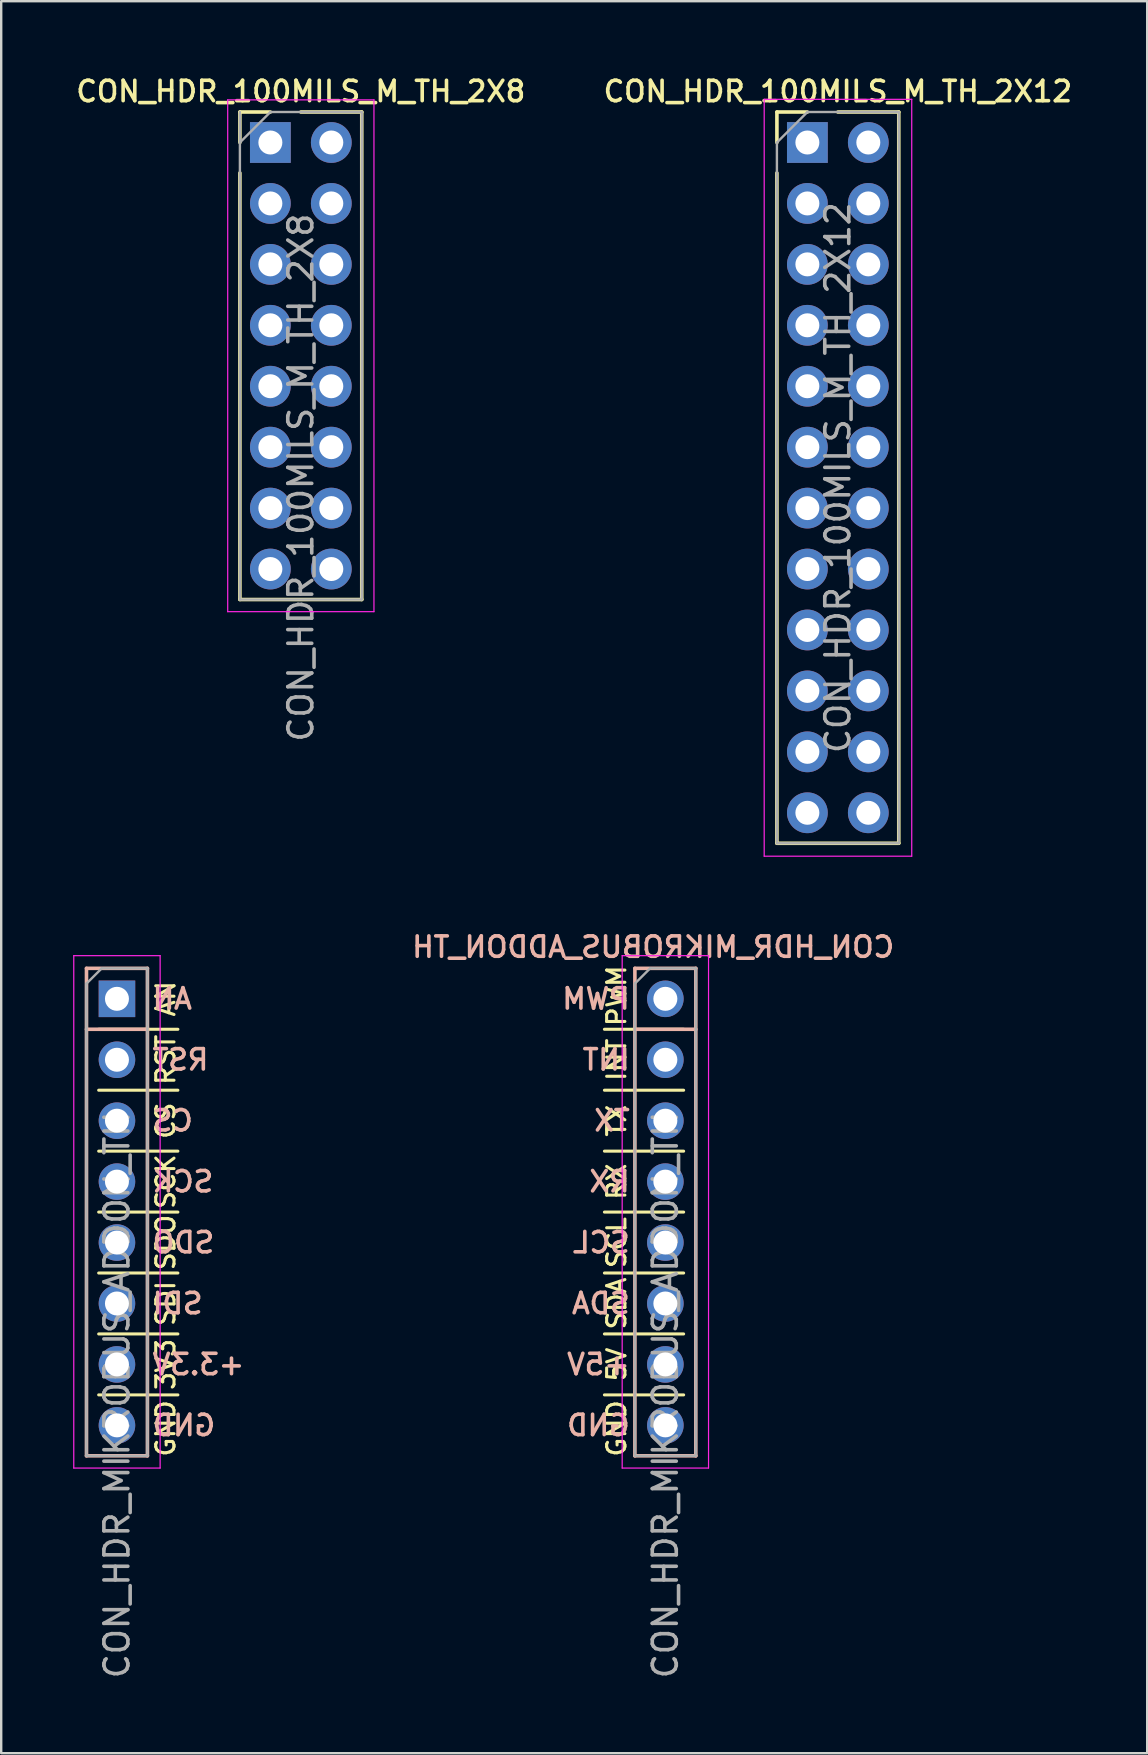
<source format=kicad_pcb>
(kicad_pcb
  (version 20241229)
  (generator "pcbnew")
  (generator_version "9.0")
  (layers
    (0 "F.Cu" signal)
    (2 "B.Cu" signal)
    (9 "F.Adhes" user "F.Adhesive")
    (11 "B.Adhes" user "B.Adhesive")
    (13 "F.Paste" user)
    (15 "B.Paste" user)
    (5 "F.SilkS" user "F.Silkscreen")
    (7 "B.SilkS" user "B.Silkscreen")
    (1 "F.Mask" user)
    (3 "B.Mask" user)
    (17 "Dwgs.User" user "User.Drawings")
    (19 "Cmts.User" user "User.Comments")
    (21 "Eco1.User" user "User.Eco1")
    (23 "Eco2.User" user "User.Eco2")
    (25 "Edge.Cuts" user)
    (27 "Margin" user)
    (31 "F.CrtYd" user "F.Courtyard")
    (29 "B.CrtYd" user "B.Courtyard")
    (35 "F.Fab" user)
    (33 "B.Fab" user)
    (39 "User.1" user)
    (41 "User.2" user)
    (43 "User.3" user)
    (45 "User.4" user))
  (footprint "CON_HDR_MIKROBUS_ADDON_TH"
    (layer "F.Cu")
    (at 13.255 47.475)
    (property "Reference" "CON_HDR_MIKROBUS_ADDON_TH" (at 10.922 -11.049 0) (layer "B.SilkS") (effects (font (size 0.85 0.85) (thickness 0.15)) (justify mirror)))
    (attr through_hole exclude_from_pos_files exclude_from_bom)
    (fp_line (start -12.192 -7.62) (end -8.89 -7.62) (stroke (width 0.127) (type solid)) (layer "F.SilkS"))
    (fp_line (start -12.192 -5.08) (end -8.89 -5.08) (stroke (width 0.127) (type solid)) (layer "F.SilkS"))
    (fp_line (start -12.192 -2.54) (end -8.89 -2.54) (stroke (width 0.127) (type solid)) (layer "F.SilkS"))
    (fp_line (start -12.192 0) (end -8.89 0) (stroke (width 0.127) (type solid)) (layer "F.SilkS"))
    (fp_line (start -12.192 2.54) (end -8.89 2.54) (stroke (width 0.127) (type solid)) (layer "F.SilkS"))
    (fp_line (start -12.192 5.08) (end -8.89 5.08) (stroke (width 0.127) (type solid)) (layer "F.SilkS"))
    (fp_line (start -12.192 7.62) (end -8.89 7.62) (stroke (width 0.127) (type solid)) (layer "F.SilkS"))
    (fp_line (start 8.89 -7.62) (end 12.192 -7.62) (stroke (width 0.127) (type solid)) (layer "F.SilkS"))
    (fp_line (start 8.89 -5.08) (end 12.192 -5.08) (stroke (width 0.127) (type solid)) (layer "F.SilkS"))
    (fp_line (start 8.89 -2.54) (end 12.192 -2.54) (stroke (width 0.127) (type solid)) (layer "F.SilkS"))
    (fp_line (start 8.89 0) (end 12.192 0) (stroke (width 0.127) (type solid)) (layer "F.SilkS"))
    (fp_line (start 8.89 2.54) (end 12.192 2.54) (stroke (width 0.127) (type solid)) (layer "F.SilkS"))
    (fp_line (start 8.89 5.08) (end 12.192 5.08) (stroke (width 0.127) (type solid)) (layer "F.SilkS"))
    (fp_line (start 8.89 7.62) (end 12.192 7.62) (stroke (width 0.127) (type solid)) (layer "F.SilkS"))
    (fp_line (start -12.7 -10.16) (end -12.7 10.16) (stroke (width 0.15) (type solid)) (layer "B.SilkS"))
    (fp_line (start -10.16 -10.16) (end -12.7 -10.16) (stroke (width 0.15) (type solid)) (layer "B.SilkS"))
    (fp_line (start -10.16 -10.16) (end -10.16 10.16) (stroke (width 0.15) (type solid)) (layer "B.SilkS"))
    (fp_line (start -10.16 -7.62) (end -12.7 -7.62) (stroke (width 0.15) (type solid)) (layer "B.SilkS"))
    (fp_line (start -10.16 10.16) (end -12.7 10.16) (stroke (width 0.15) (type solid)) (layer "B.SilkS"))
    (fp_line (start 10.16 -10.16) (end 10.16 10.16) (stroke (width 0.15) (type solid)) (layer "B.SilkS"))
    (fp_line (start 12.7 -10.16) (end 10.16 -10.16) (stroke (width 0.15) (type solid)) (layer "B.SilkS"))
    (fp_line (start 12.7 -10.16) (end 12.7 10.16) (stroke (width 0.15) (type solid)) (layer "B.SilkS"))
    (fp_line (start 12.7 -7.62) (end 10.16 -7.62) (stroke (width 0.15) (type solid)) (layer "B.SilkS"))
    (fp_line (start 12.7 10.16) (end 10.16 10.16) (stroke (width 0.15) (type solid)) (layer "B.SilkS"))
    (fp_line (start -13.23 -10.69) (end -13.23 10.67) (stroke (width 0.05) (type solid)) (layer "F.CrtYd"))
    (fp_line (start -13.23 10.67) (end -9.63 10.67) (stroke (width 0.05) (type solid)) (layer "F.CrtYd"))
    (fp_line (start -9.63 -10.69) (end -13.23 -10.69) (stroke (width 0.05) (type solid)) (layer "F.CrtYd"))
    (fp_line (start -9.63 10.67) (end -9.63 -10.69) (stroke (width 0.05) (type solid)) (layer "F.CrtYd"))
    (fp_line (start 9.63 -10.69) (end 9.63 10.67) (stroke (width 0.05) (type solid)) (layer "F.CrtYd"))
    (fp_line (start 9.63 10.67) (end 13.23 10.67) (stroke (width 0.05) (type solid)) (layer "F.CrtYd"))
    (fp_line (start 13.23 -10.69) (end 9.63 -10.69) (stroke (width 0.05) (type solid)) (layer "F.CrtYd"))
    (fp_line (start 13.23 10.67) (end 13.23 -10.69) (stroke (width 0.05) (type solid)) (layer "F.CrtYd"))
    (fp_line (start -12.7 -9.525) (end -12.065 -10.16) (stroke (width 0.1) (type solid)) (layer "F.Fab"))
    (fp_line (start -12.7 10.16) (end -12.7 -9.525) (stroke (width 0.1) (type solid)) (layer "F.Fab"))
    (fp_line (start -12.065 -10.16) (end -10.16 -10.16) (stroke (width 0.1) (type solid)) (layer "F.Fab"))
    (fp_line (start -10.16 -10.16) (end -10.16 10.16) (stroke (width 0.1) (type solid)) (layer "F.Fab"))
    (fp_line (start -10.16 10.16) (end -12.7 10.16) (stroke (width 0.1) (type solid)) (layer "F.Fab"))
    (fp_line (start 10.16 -9.525) (end 10.795 -10.16) (stroke (width 0.1) (type solid)) (layer "F.Fab"))
    (fp_line (start 10.16 10.16) (end 10.16 -9.525) (stroke (width 0.1) (type solid)) (layer "F.Fab"))
    (fp_line (start 10.795 -10.16) (end 12.7 -10.16) (stroke (width 0.1) (type solid)) (layer "F.Fab"))
    (fp_line (start 12.7 -10.16) (end 12.7 10.16) (stroke (width 0.1) (type solid)) (layer "F.Fab"))
    (fp_line (start 12.7 10.16) (end 10.16 10.16) (stroke (width 0.1) (type solid)) (layer "F.Fab"))
    (fp_text user "SCK" (at -9.398 -1.27 90) (layer "F.SilkS") (effects (font (size 0.762 0.762) (thickness 0.127))))
    (fp_text user "5V" (at 9.398 6.35 90) (layer "F.SilkS") (effects (font (size 0.762 0.762) (thickness 0.127))))
    (fp_text user "RX" (at 9.398 -1.27 90) (layer "F.SilkS") (effects (font (size 0.762 0.762) (thickness 0.127))))
    (fp_text user "INT" (at 9.398 -6.35 90) (layer "F.SilkS") (effects (font (size 0.762 0.762) (thickness 0.127))))
    (fp_text user "RST" (at -9.398 -6.35 90) (layer "F.SilkS") (effects (font (size 0.762 0.762) (thickness 0.127))))
    (fp_text user "CS" (at -9.398 -3.81 90) (layer "F.SilkS") (effects (font (size 0.762 0.762) (thickness 0.127))))
    (fp_text user "3V3" (at -9.398 6.35 90) (layer "F.SilkS") (effects (font (size 0.762 0.762) (thickness 0.127))))
    (fp_text user "SDO" (at -9.398 1.27 90) (layer "F.SilkS") (effects (font (size 0.762 0.762) (thickness 0.127))))
    (fp_text user "SCL" (at 9.398 1.27 90) (layer "F.SilkS") (effects (font (size 0.762 0.762) (thickness 0.127))))
    (fp_text user "TX" (at 9.398 -3.81 90) (layer "F.SilkS") (effects (font (size 0.762 0.762) (thickness 0.127))))
    (fp_text user "GND" (at 9.398 9.017 90) (layer "F.SilkS") (effects (font (size 0.762 0.762) (thickness 0.127))))
    (fp_text user "AN" (at -9.398 -8.89 90) (layer "F.SilkS") (effects (font (size 0.762 0.762) (thickness 0.127))))
    (fp_text user "PWM" (at 9.398 -9.017 90) (layer "F.SilkS") (effects (font (size 0.762 0.762) (thickness 0.127))))
    (fp_text user "SDA" (at 9.398 3.81 90) (layer "F.SilkS") (effects (font (size 0.762 0.762) (thickness 0.127))))
    (fp_text user "SDI" (at -9.398 3.81 90) (layer "F.SilkS") (effects (font (size 0.762 0.762) (thickness 0.127))))
    (fp_text user "GND" (at -9.398 9.017 90) (layer "F.SilkS") (effects (font (size 0.762 0.762) (thickness 0.127))))
    (fp_text user "GND" (at -10.033 8.89 0) (unlocked yes) (layer "B.SilkS") (effects (font (size 0.85 0.85) (thickness 0.15)) (justify right mirror)))
    (fp_text user "INT" (at 10.033 -6.35 0) (unlocked yes) (layer "B.SilkS") (effects (font (size 0.85 0.85) (thickness 0.15)) (justify left mirror)))
    (fp_text user "PWM" (at 10.033 -8.89 0) (unlocked yes) (layer "B.SilkS") (effects (font (size 0.85 0.85) (thickness 0.15)) (justify left mirror)))
    (fp_text user "SCK" (at -10.033 -1.27 0) (unlocked yes) (layer "B.SilkS") (effects (font (size 0.85 0.85) (thickness 0.15)) (justify right mirror)))
    (fp_text user "SDO" (at -10.033 1.27 0) (unlocked yes) (layer "B.SilkS") (effects (font (size 0.85 0.85) (thickness 0.15)) (justify right mirror)))
    (fp_text user "AN" (at -10.033 -8.89 0) (unlocked yes) (layer "B.SilkS") (effects (font (size 0.85 0.85) (thickness 0.15)) (justify right mirror)))
    (fp_text user "SDA" (at 10.033 3.81 0) (unlocked yes) (layer "B.SilkS") (effects (font (size 0.85 0.85) (thickness 0.15)) (justify left mirror)))
    (fp_text user "GND" (at 10.033 8.89 0) (unlocked yes) (layer "B.SilkS") (effects (font (size 0.85 0.85) (thickness 0.15)) (justify left mirror)))
    (fp_text user "RST" (at -10.033 -6.35 0) (unlocked yes) (layer "B.SilkS") (effects (font (size 0.85 0.85) (thickness 0.15)) (justify right mirror)))
    (fp_text user "RX" (at 10.033 -1.27 0) (unlocked yes) (layer "B.SilkS") (effects (font (size 0.85 0.85) (thickness 0.15)) (justify left mirror)))
    (fp_text user "+3.3V" (at -10.033 6.35 0) (unlocked yes) (layer "B.SilkS") (effects (font (size 0.85 0.85) (thickness 0.15)) (justify right mirror)))
    (fp_text user "CS" (at -10.033 -3.81 0) (unlocked yes) (layer "B.SilkS") (effects (font (size 0.85 0.85) (thickness 0.15)) (justify right mirror)))
    (fp_text user "SDI" (at -10.033 3.81 0) (unlocked yes) (layer "B.SilkS") (effects (font (size 0.85 0.85) (thickness 0.15)) (justify right mirror)))
    (fp_text user "SCL" (at 10.033 1.27 0) (unlocked yes) (layer "B.SilkS") (effects (font (size 0.85 0.85) (thickness 0.15)) (justify left mirror)))
    (fp_text user "+5V" (at 10.033 6.35 0) (unlocked yes) (layer "B.SilkS") (effects (font (size 0.85 0.85) (thickness 0.15)) (justify left mirror)))
    (fp_text user "TX" (at 10.033 -3.81 0) (unlocked yes) (layer "B.SilkS") (effects (font (size 0.85 0.85) (thickness 0.15)) (justify left mirror)))
    (fp_text user "${REFERENCE}" (at 11.43 7.62 90) (layer "F.Fab") (effects (font (size 1 1) (thickness 0.15))))
    (fp_text user "${REFERENCE}" (at -11.43 7.62 90) (layer "F.Fab") (effects (font (size 1 1) (thickness 0.15))))
    (pad "1" thru_hole rect (at -11.43 -8.89) (size 1.524 1.524) (drill 1) (layers "*.Cu" "*.Mask"))
    (pad "2" thru_hole circle (at -11.43 -6.35) (size 1.524 1.524) (drill 1) (layers "*.Cu" "*.Mask"))
    (pad "3" thru_hole circle (at -11.43 -3.81) (size 1.524 1.524) (drill 1) (layers "*.Cu" "*.Mask"))
    (pad "4" thru_hole circle (at -11.43 -1.27) (size 1.524 1.524) (drill 1) (layers "*.Cu" "*.Mask"))
    (pad "5" thru_hole circle (at -11.43 1.27) (size 1.524 1.524) (drill 1) (layers "*.Cu" "*.Mask"))
    (pad "6" thru_hole circle (at -11.43 3.81) (size 1.524 1.524) (drill 1) (layers "*.Cu" "*.Mask"))
    (pad "7" thru_hole circle (at -11.43 6.35) (size 1.524 1.524) (drill 1) (layers "*.Cu" "*.Mask"))
    (pad "8" thru_hole circle (at -11.43 8.89) (size 1.524 1.524) (drill 1) (layers "*.Cu" "*.Mask"))
    (pad "9" thru_hole circle (at 11.43 -8.89) (size 1.524 1.524) (drill 1) (layers "*.Cu" "*.Mask"))
    (pad "10" thru_hole circle (at 11.43 -6.35) (size 1.524 1.524) (drill 1) (layers "*.Cu" "*.Mask"))
    (pad "11" thru_hole circle (at 11.43 -3.81) (size 1.524 1.524) (drill 1) (layers "*.Cu" "*.Mask"))
    (pad "12" thru_hole circle (at 11.43 -1.27) (size 1.524 1.524) (drill 1) (layers "*.Cu" "*.Mask"))
    (pad "13" thru_hole circle (at 11.43 1.27) (size 1.524 1.524) (drill 1) (layers "*.Cu" "*.Mask"))
    (pad "14" thru_hole circle (at 11.43 3.81) (size 1.524 1.524) (drill 1) (layers "*.Cu" "*.Mask"))
    (pad "15" thru_hole circle (at 11.43 6.35) (size 1.524 1.524) (drill 1) (layers "*.Cu" "*.Mask"))
    (pad "16" thru_hole circle (at 11.43 8.89) (size 1.524 1.524) (drill 1) (layers "*.Cu" "*.Mask")))
  (footprint "CON_HDR_100MILS_M_TH_2X8"
    (layer "F.Cu")
    (at 9.49 11.78)
    (property "Reference" "CON_HDR_100MILS_M_TH_2X8" (at 0 -11.02 0) (layer "F.SilkS") (effects (font (size 0.85 0.85) (thickness 0.15))))
    (attr through_hole)
    (fp_line (start -2.54 -10.16) (end -1.27 -10.16) (stroke (width 0.15) (type solid)) (layer "F.SilkS"))
    (fp_line (start -2.54 -8.89) (end -2.54 -10.16) (stroke (width 0.15) (type solid)) (layer "F.SilkS"))
    (fp_line (start -2.54 -7.62) (end -2.54 10.16) (stroke (width 0.15) (type solid)) (layer "F.SilkS"))
    (fp_line (start -2.54 10.16) (end 2.54 10.16) (stroke (width 0.15) (type solid)) (layer "F.SilkS"))
    (fp_line (start 0 -10.16) (end 2.54 -10.16) (stroke (width 0.15) (type solid)) (layer "F.SilkS"))
    (fp_line (start 2.54 -10.16) (end 2.54 10.16) (stroke (width 0.15) (type solid)) (layer "F.SilkS"))
    (fp_line (start -3.048 -10.668) (end -3.048 10.668) (stroke (width 0.05) (type solid)) (layer "F.CrtYd"))
    (fp_line (start -3.048 10.668) (end 3.048 10.668) (stroke (width 0.05) (type solid)) (layer "F.CrtYd"))
    (fp_line (start 3.048 -10.668) (end -3.048 -10.668) (stroke (width 0.05) (type solid)) (layer "F.CrtYd"))
    (fp_line (start 3.048 10.668) (end 3.048 -10.668) (stroke (width 0.05) (type solid)) (layer "F.CrtYd"))
    (fp_line (start -2.54 -8.89) (end -1.27 -10.16) (stroke (width 0.1) (type solid)) (layer "F.Fab"))
    (fp_line (start -2.54 10.16) (end -2.54 -10.16) (stroke (width 0.1) (type solid)) (layer "F.Fab"))
    (fp_line (start -1.27 -10.16) (end 2.54 -10.16) (stroke (width 0.1) (type solid)) (layer "F.Fab"))
    (fp_line (start 2.54 -10.16) (end 2.54 10.16) (stroke (width 0.1) (type solid)) (layer "F.Fab"))
    (fp_line (start 2.54 10.16) (end -2.54 10.16) (stroke (width 0.1) (type solid)) (layer "F.Fab"))
    (fp_text user "${REFERENCE}" (at 0 5.08 90) (layer "F.Fab") (effects (font (size 1 1) (thickness 0.15))))
    (pad "1" thru_hole rect (at -1.27 -8.89) (size 1.7 1.7) (drill 1) (layers "*.Cu" "*.Mask"))
    (pad "2" thru_hole oval (at 1.27 -8.89) (size 1.7 1.7) (drill 1) (layers "*.Cu" "*.Mask"))
    (pad "3" thru_hole oval (at -1.27 -6.35) (size 1.7 1.7) (drill 1) (layers "*.Cu" "*.Mask"))
    (pad "4" thru_hole oval (at 1.27 -6.35) (size 1.7 1.7) (drill 1) (layers "*.Cu" "*.Mask"))
    (pad "5" thru_hole oval (at -1.27 -3.81) (size 1.7 1.7) (drill 1) (layers "*.Cu" "*.Mask"))
    (pad "6" thru_hole oval (at 1.27 -3.81) (size 1.7 1.7) (drill 1) (layers "*.Cu" "*.Mask"))
    (pad "7" thru_hole oval (at -1.27 -1.27) (size 1.7 1.7) (drill 1) (layers "*.Cu" "*.Mask"))
    (pad "8" thru_hole oval (at 1.27 -1.27) (size 1.7 1.7) (drill 1) (layers "*.Cu" "*.Mask"))
    (pad "9" thru_hole oval (at -1.27 1.27) (size 1.7 1.7) (drill 1) (layers "*.Cu" "*.Mask"))
    (pad "10" thru_hole oval (at 1.27 1.27) (size 1.7 1.7) (drill 1) (layers "*.Cu" "*.Mask"))
    (pad "11" thru_hole oval (at -1.27 3.81) (size 1.7 1.7) (drill 1) (layers "*.Cu" "*.Mask"))
    (pad "12" thru_hole oval (at 1.27 3.81) (size 1.7 1.7) (drill 1) (layers "*.Cu" "*.Mask"))
    (pad "13" thru_hole oval (at -1.27 6.35) (size 1.7 1.7) (drill 1) (layers "*.Cu" "*.Mask"))
    (pad "14" thru_hole oval (at 1.27 6.35) (size 1.7 1.7) (drill 1) (layers "*.Cu" "*.Mask"))
    (pad "15" thru_hole oval (at -1.27 8.89) (size 1.7 1.7) (drill 1) (layers "*.Cu" "*.Mask"))
    (pad "16" thru_hole oval (at 1.27 8.89) (size 1.7 1.7) (drill 1) (layers "*.Cu" "*.Mask")))
  (footprint "CON_HDR_100MILS_M_TH_2X12"
    (layer "F.Cu")
    (at 31.875 16.86)
    (property "Reference" "CON_HDR_100MILS_M_TH_2X12" (at 0 -16.1 0) (layer "F.SilkS") (effects (font (size 0.85 0.85) (thickness 0.15))))
    (attr through_hole)
    (fp_line (start -2.54 -15.24) (end -1.27 -15.24) (stroke (width 0.15) (type solid)) (layer "F.SilkS"))
    (fp_line (start -2.54 -13.97) (end -2.54 -15.24) (stroke (width 0.15) (type solid)) (layer "F.SilkS"))
    (fp_line (start -2.54 -12.7) (end -2.54 15.24) (stroke (width 0.15) (type solid)) (layer "F.SilkS"))
    (fp_line (start -2.54 15.24) (end 2.54 15.24) (stroke (width 0.15) (type solid)) (layer "F.SilkS"))
    (fp_line (start 0 -15.24) (end 2.54 -15.24) (stroke (width 0.15) (type solid)) (layer "F.SilkS"))
    (fp_line (start 2.54 -15.24) (end 2.54 15.24) (stroke (width 0.15) (type solid)) (layer "F.SilkS"))
    (fp_line (start -3.07 -15.77) (end -3.07 15.78) (stroke (width 0.05) (type solid)) (layer "F.CrtYd"))
    (fp_line (start -3.07 15.78) (end 3.08 15.78) (stroke (width 0.05) (type solid)) (layer "F.CrtYd"))
    (fp_line (start 3.08 -15.77) (end -3.07 -15.77) (stroke (width 0.05) (type solid)) (layer "F.CrtYd"))
    (fp_line (start 3.08 15.78) (end 3.08 -15.77) (stroke (width 0.05) (type solid)) (layer "F.CrtYd"))
    (fp_line (start -2.54 -13.97) (end -1.27 -15.24) (stroke (width 0.1) (type solid)) (layer "F.Fab"))
    (fp_line (start -2.54 15.24) (end -2.54 -13.97) (stroke (width 0.1) (type solid)) (layer "F.Fab"))
    (fp_line (start -1.27 -15.24) (end 2.54 -15.24) (stroke (width 0.1) (type solid)) (layer "F.Fab"))
    (fp_line (start 2.54 -15.24) (end 2.54 15.24) (stroke (width 0.1) (type solid)) (layer "F.Fab"))
    (fp_line (start 2.54 15.24) (end -2.54 15.24) (stroke (width 0.1) (type solid)) (layer "F.Fab"))
    (fp_text user "${REFERENCE}" (at 0 0 90) (layer "F.Fab") (effects (font (size 1 1) (thickness 0.15))))
    (pad "1" thru_hole rect (at -1.27 -13.97) (size 1.7 1.7) (drill 1) (layers "*.Cu" "*.Mask"))
    (pad "2" thru_hole oval (at 1.27 -13.97) (size 1.7 1.7) (drill 1) (layers "*.Cu" "*.Mask"))
    (pad "3" thru_hole oval (at -1.27 -11.43) (size 1.7 1.7) (drill 1) (layers "*.Cu" "*.Mask"))
    (pad "4" thru_hole oval (at 1.27 -11.43) (size 1.7 1.7) (drill 1) (layers "*.Cu" "*.Mask"))
    (pad "5" thru_hole oval (at -1.27 -8.89) (size 1.7 1.7) (drill 1) (layers "*.Cu" "*.Mask"))
    (pad "6" thru_hole oval (at 1.27 -8.89) (size 1.7 1.7) (drill 1) (layers "*.Cu" "*.Mask"))
    (pad "7" thru_hole oval (at -1.27 -6.35) (size 1.7 1.7) (drill 1) (layers "*.Cu" "*.Mask"))
    (pad "8" thru_hole oval (at 1.27 -6.35) (size 1.7 1.7) (drill 1) (layers "*.Cu" "*.Mask"))
    (pad "9" thru_hole oval (at -1.27 -3.81) (size 1.7 1.7) (drill 1) (layers "*.Cu" "*.Mask"))
    (pad "10" thru_hole oval (at 1.27 -3.81) (size 1.7 1.7) (drill 1) (layers "*.Cu" "*.Mask"))
    (pad "11" thru_hole oval (at -1.27 -1.27) (size 1.7 1.7) (drill 1) (layers "*.Cu" "*.Mask"))
    (pad "12" thru_hole oval (at 1.27 -1.27) (size 1.7 1.7) (drill 1) (layers "*.Cu" "*.Mask"))
    (pad "13" thru_hole oval (at -1.27 1.27) (size 1.7 1.7) (drill 1) (layers "*.Cu" "*.Mask"))
    (pad "14" thru_hole oval (at 1.27 1.27) (size 1.7 1.7) (drill 1) (layers "*.Cu" "*.Mask"))
    (pad "15" thru_hole oval (at -1.27 3.81) (size 1.7 1.7) (drill 1) (layers "*.Cu" "*.Mask"))
    (pad "16" thru_hole oval (at 1.27 3.81) (size 1.7 1.7) (drill 1) (layers "*.Cu" "*.Mask"))
    (pad "17" thru_hole oval (at -1.27 6.35) (size 1.7 1.7) (drill 1) (layers "*.Cu" "*.Mask"))
    (pad "18" thru_hole oval (at 1.27 6.35) (size 1.7 1.7) (drill 1) (layers "*.Cu" "*.Mask"))
    (pad "19" thru_hole oval (at -1.27 8.89) (size 1.7 1.7) (drill 1) (layers "*.Cu" "*.Mask"))
    (pad "20" thru_hole oval (at 1.27 8.89) (size 1.7 1.7) (drill 1) (layers "*.Cu" "*.Mask"))
    (pad "21" thru_hole oval (at -1.27 11.43) (size 1.7 1.7) (drill 1) (layers "*.Cu" "*.Mask"))
    (pad "22" thru_hole oval (at 1.27 11.43) (size 1.7 1.7) (drill 1) (layers "*.Cu" "*.Mask"))
    (pad "23" thru_hole oval (at -1.27 13.97) (size 1.7 1.7) (drill 1) (layers "*.Cu" "*.Mask"))
    (pad "24" thru_hole oval (at 1.27 13.97) (size 1.7 1.7) (drill 1) (layers "*.Cu" "*.Mask")))
  (gr_rect
    (start -3 -3)
    (end 44.77 70.03)
    (stroke (width 0.1) (type default))
    (fill no)
    (layer "Edge.Cuts")))
</source>
